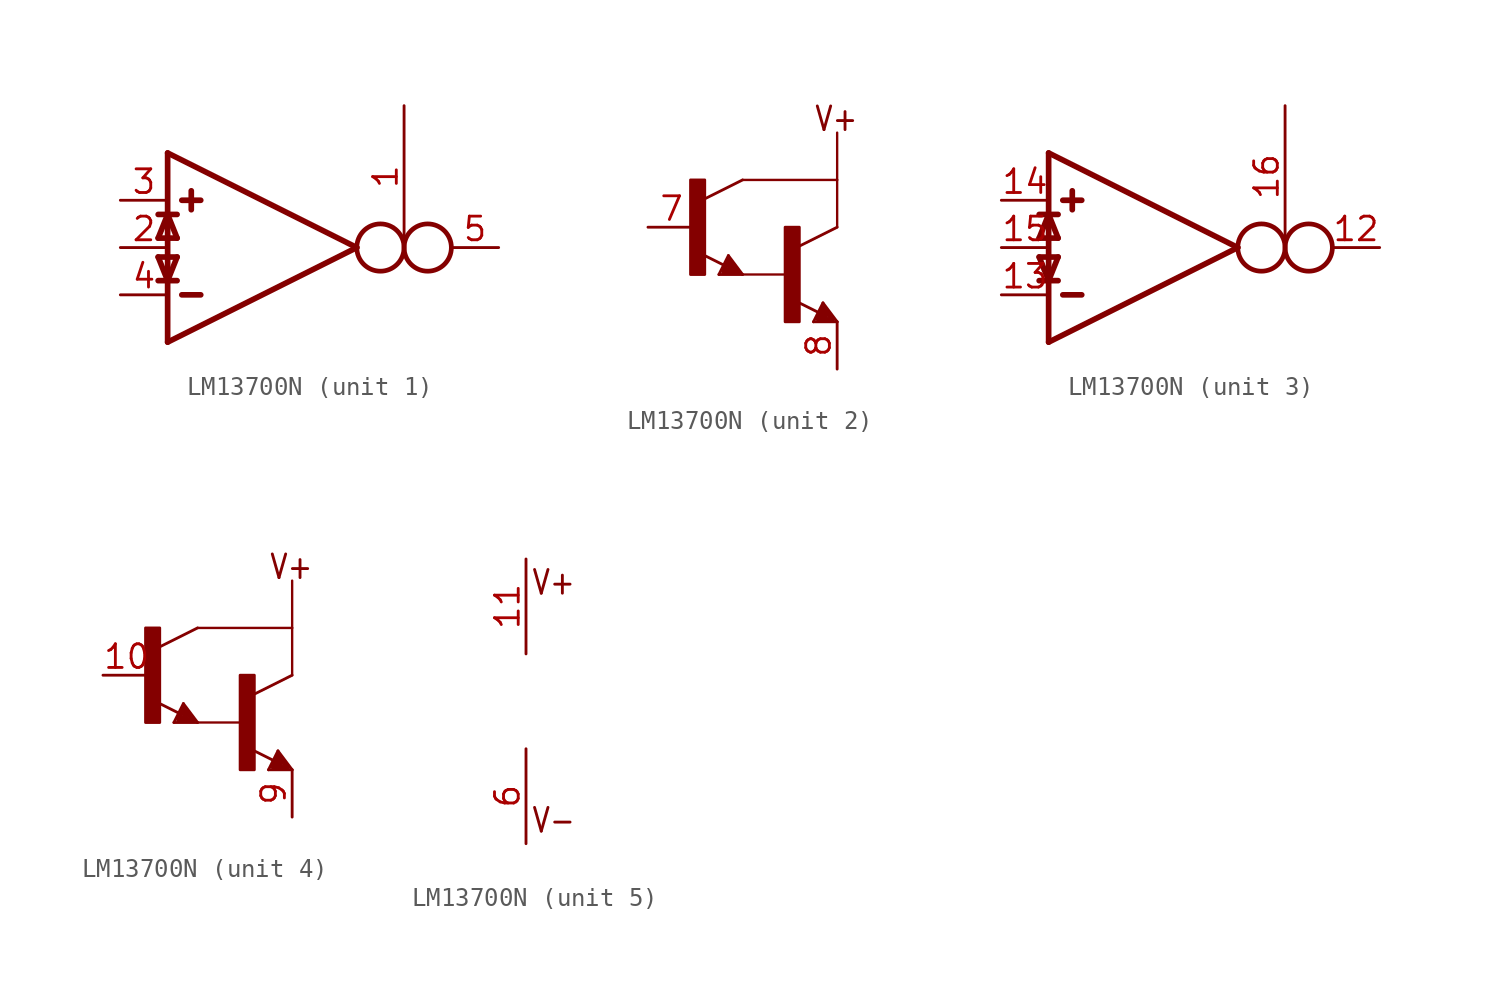
<source format=kicad_sym>
(kicad_symbol_lib
  (version 20211014)
  (generator kicad_symbol_editor)
  (symbol "LM13700N"
    (property "Reference" "IC"
      (at 5.08 2.54 0)
      (effects (font (size 1.778 1.511)) (justify left bottom) hide))
    (property "ki_locked" ""
      (at 0 0 0)
      (effects (font (size 1.27 1.27))))
    (symbol "LM13700N_1_0"
      (polyline (pts (xy -5.588 -0.508) (xy -5.08 -1.778)) (stroke (width 0.305) (type default) (color 0 0 0 0)) (fill (type none)))
      (polyline (pts (xy -5.588 0.508) (xy -4.572 0.508)) (stroke (width 0.305) (type default) (color 0 0 0 0)) (fill (type none)))
      (polyline (pts (xy -5.588 1.778) (xy -4.572 1.778)) (stroke (width 0.305) (type default) (color 0 0 0 0)) (fill (type none)))
      (polyline (pts (xy -5.08 -5.08) (xy 5.08 0)) (stroke (width 0.305) (type default) (color 0 0 0 0)) (fill (type none)))
      (polyline (pts (xy -5.08 -1.778) (xy -4.572 -0.508)) (stroke (width 0.305) (type default) (color 0 0 0 0)) (fill (type none)))
      (polyline (pts (xy -5.08 1.778) (xy -5.588 0.508)) (stroke (width 0.305) (type default) (color 0 0 0 0)) (fill (type none)))
      (polyline (pts (xy -5.08 5.08) (xy -5.08 -5.08)) (stroke (width 0.305) (type default) (color 0 0 0 0)) (fill (type none)))
      (polyline (pts (xy -4.572 -1.778) (xy -5.588 -1.778)) (stroke (width 0.305) (type default) (color 0 0 0 0)) (fill (type none)))
      (polyline (pts (xy -4.572 -0.508) (xy -5.588 -0.508)) (stroke (width 0.305) (type default) (color 0 0 0 0)) (fill (type none)))
      (polyline (pts (xy -4.572 0.508) (xy -5.08 1.778)) (stroke (width 0.305) (type default) (color 0 0 0 0)) (fill (type none)))
      (polyline (pts (xy -4.318 -2.54) (xy -3.302 -2.54)) (stroke (width 0.305) (type default) (color 0 0 0 0)) (fill (type none)))
      (polyline (pts (xy -4.318 2.54) (xy -3.302 2.54)) (stroke (width 0.305) (type default) (color 0 0 0 0)) (fill (type none)))
      (polyline (pts (xy -3.81 3.048) (xy -3.81 2.032)) (stroke (width 0.305) (type default) (color 0 0 0 0)) (fill (type none)))
      (polyline (pts (xy 5.08 0) (xy -5.08 5.08)) (stroke (width 0.305) (type default) (color 0 0 0 0)) (fill (type none)))
      (circle (center 6.35 0) (radius 1.27) (stroke (width 0.254) (type default) (color 0 0 0 0)) (fill (type none)))
      (circle (center 8.89 0) (radius 1.27) (stroke (width 0.254) (type default) (color 0 0 0 0)) (fill (type none)))
      (pin input line (at 7.62 7.62 270) (length 7.62) (name "I_BIAS" (effects (font (size 0 0)))) (number "1" (effects (font (size 1.27 1.27)))))
      (pin input line (at -7.62 0 0) (length 2.54) (name "I_DIODE" (effects (font (size 0 0)))) (number "2" (effects (font (size 1.27 1.27)))))
      (pin input line (at -7.62 2.54 0) (length 2.54) (name "IN_P" (effects (font (size 0 0)))) (number "3" (effects (font (size 1.27 1.27)))))
      (pin input line (at -7.62 -2.54 0) (length 2.54) (name "IN_N" (effects (font (size 0 0)))) (number "4" (effects (font (size 1.27 1.27)))))
      (pin output line (at 12.7 0 180) (length 2.54) (name "OUT" (effects (font (size 0 0)))) (number "5" (effects (font (size 1.27 1.27))))))
    (symbol "LM13700N_2_0"
      (rectangle (start -5.334 0) (end -4.572 5.08) (stroke (width 0) (type default) (color 0 0 0 0)) (fill (type outline)))
      (rectangle (start -0.254 -2.54) (end 0.508 2.54) (stroke (width 0) (type default) (color 0 0 0 0)) (fill (type outline)))
      (polyline (pts (xy -3.81 0) (xy -3.302 1.016)) (stroke (width 0.152) (type default) (color 0 0 0 0)) (fill (type none)))
      (polyline (pts (xy -3.556 0.127) (xy -2.794 0.127)) (stroke (width 0.254) (type default) (color 0 0 0 0)) (fill (type none)))
      (polyline (pts (xy -3.556 0.254) (xy -3.175 0.254)) (stroke (width 0.254) (type default) (color 0 0 0 0)) (fill (type none)))
      (polyline (pts (xy -3.54 0.5) (xy -4.772 1.116)) (stroke (width 0.152) (type default) (color 0 0 0 0)) (fill (type none)))
      (polyline (pts (xy -3.302 0.762) (xy -3.556 0.254)) (stroke (width 0.254) (type default) (color 0 0 0 0)) (fill (type none)))
      (polyline (pts (xy -3.302 1.016) (xy -2.54 0)) (stroke (width 0.152) (type default) (color 0 0 0 0)) (fill (type none)))
      (polyline (pts (xy -3.175 0.254) (xy -3.302 0.508)) (stroke (width 0.254) (type default) (color 0 0 0 0)) (fill (type none)))
      (polyline (pts (xy -2.794 0.127) (xy -3.302 0.762)) (stroke (width 0.254) (type default) (color 0 0 0 0)) (fill (type none)))
      (polyline (pts (xy -2.54 0) (xy -3.81 0)) (stroke (width 0.152) (type default) (color 0 0 0 0)) (fill (type none)))
      (polyline (pts (xy -2.54 5.08) (xy -4.572 4.064)) (stroke (width 0.152) (type default) (color 0 0 0 0)) (fill (type none)))
      (polyline (pts (xy -2.54 5.08) (xy 2.54 5.08)) (stroke (width 0.127) (type default) (color 0 0 0 0)) (fill (type none)))
      (polyline (pts (xy 0 0) (xy -2.54 0)) (stroke (width 0.127) (type default) (color 0 0 0 0)) (fill (type none)))
      (polyline (pts (xy 1.27 -2.54) (xy 1.778 -1.524)) (stroke (width 0.152) (type default) (color 0 0 0 0)) (fill (type none)))
      (polyline (pts (xy 1.524 -2.413) (xy 2.286 -2.413)) (stroke (width 0.254) (type default) (color 0 0 0 0)) (fill (type none)))
      (polyline (pts (xy 1.524 -2.286) (xy 1.905 -2.286)) (stroke (width 0.254) (type default) (color 0 0 0 0)) (fill (type none)))
      (polyline (pts (xy 1.54 -2.04) (xy 0.308 -1.424)) (stroke (width 0.152) (type default) (color 0 0 0 0)) (fill (type none)))
      (polyline (pts (xy 1.778 -1.778) (xy 1.524 -2.286)) (stroke (width 0.254) (type default) (color 0 0 0 0)) (fill (type none)))
      (polyline (pts (xy 1.778 -1.524) (xy 2.54 -2.54)) (stroke (width 0.152) (type default) (color 0 0 0 0)) (fill (type none)))
      (polyline (pts (xy 1.905 -2.286) (xy 1.778 -2.032)) (stroke (width 0.254) (type default) (color 0 0 0 0)) (fill (type none)))
      (polyline (pts (xy 2.286 -2.413) (xy 1.778 -1.778)) (stroke (width 0.254) (type default) (color 0 0 0 0)) (fill (type none)))
      (polyline (pts (xy 2.54 -2.54) (xy 1.27 -2.54)) (stroke (width 0.152) (type default) (color 0 0 0 0)) (fill (type none)))
      (polyline (pts (xy 2.54 2.54) (xy 0.508 1.524)) (stroke (width 0.152) (type default) (color 0 0 0 0)) (fill (type none)))
      (polyline (pts (xy 2.54 2.54) (xy 2.54 5.08)) (stroke (width 0.127) (type default) (color 0 0 0 0)) (fill (type none)))
      (polyline (pts (xy 2.54 5.08) (xy 2.54 7.62)) (stroke (width 0.127) (type default) (color 0 0 0 0)) (fill (type none)))
      (text "V+" (at 1.27 7.62 0) (effects (font (size 1.27 1.079)) (justify left bottom)))
      (pin passive line (at -7.62 2.54 0) (length 2.54) (name "B" (effects (font (size 0 0)))) (number "7" (effects (font (size 1.27 1.27)))))
      (pin passive line (at 2.54 -5.08 90) (length 2.54) (name "E" (effects (font (size 0 0)))) (number "8" (effects (font (size 1.27 1.27))))))
    (symbol "LM13700N_3_0"
      (polyline (pts (xy -5.588 -0.508) (xy -5.08 -1.778)) (stroke (width 0.305) (type default) (color 0 0 0 0)) (fill (type none)))
      (polyline (pts (xy -5.588 0.508) (xy -4.572 0.508)) (stroke (width 0.305) (type default) (color 0 0 0 0)) (fill (type none)))
      (polyline (pts (xy -5.588 1.778) (xy -4.572 1.778)) (stroke (width 0.305) (type default) (color 0 0 0 0)) (fill (type none)))
      (polyline (pts (xy -5.08 -5.08) (xy 5.08 0)) (stroke (width 0.305) (type default) (color 0 0 0 0)) (fill (type none)))
      (polyline (pts (xy -5.08 -1.778) (xy -4.572 -0.508)) (stroke (width 0.305) (type default) (color 0 0 0 0)) (fill (type none)))
      (polyline (pts (xy -5.08 1.778) (xy -5.588 0.508)) (stroke (width 0.305) (type default) (color 0 0 0 0)) (fill (type none)))
      (polyline (pts (xy -5.08 5.08) (xy -5.08 -5.08)) (stroke (width 0.305) (type default) (color 0 0 0 0)) (fill (type none)))
      (polyline (pts (xy -4.572 -1.778) (xy -5.588 -1.778)) (stroke (width 0.305) (type default) (color 0 0 0 0)) (fill (type none)))
      (polyline (pts (xy -4.572 -0.508) (xy -5.588 -0.508)) (stroke (width 0.305) (type default) (color 0 0 0 0)) (fill (type none)))
      (polyline (pts (xy -4.572 0.508) (xy -5.08 1.778)) (stroke (width 0.305) (type default) (color 0 0 0 0)) (fill (type none)))
      (polyline (pts (xy -4.318 -2.54) (xy -3.302 -2.54)) (stroke (width 0.305) (type default) (color 0 0 0 0)) (fill (type none)))
      (polyline (pts (xy -4.318 2.54) (xy -3.302 2.54)) (stroke (width 0.305) (type default) (color 0 0 0 0)) (fill (type none)))
      (polyline (pts (xy -3.81 3.048) (xy -3.81 2.032)) (stroke (width 0.305) (type default) (color 0 0 0 0)) (fill (type none)))
      (polyline (pts (xy 5.08 0) (xy -5.08 5.08)) (stroke (width 0.305) (type default) (color 0 0 0 0)) (fill (type none)))
      (circle (center 6.35 0) (radius 1.27) (stroke (width 0.254) (type default) (color 0 0 0 0)) (fill (type none)))
      (circle (center 8.89 0) (radius 1.27) (stroke (width 0.254) (type default) (color 0 0 0 0)) (fill (type none)))
      (pin output line (at 12.7 0 180) (length 2.54) (name "OUT" (effects (font (size 0 0)))) (number "12" (effects (font (size 1.27 1.27)))))
      (pin input line (at -7.62 -2.54 0) (length 2.54) (name "IN_N" (effects (font (size 0 0)))) (number "13" (effects (font (size 1.27 1.27)))))
      (pin input line (at -7.62 2.54 0) (length 2.54) (name "IN_P" (effects (font (size 0 0)))) (number "14" (effects (font (size 1.27 1.27)))))
      (pin input line (at -7.62 0 0) (length 2.54) (name "I_DIODE" (effects (font (size 0 0)))) (number "15" (effects (font (size 1.27 1.27)))))
      (pin input line (at 7.62 7.62 270) (length 7.62) (name "I_BIAS" (effects (font (size 0 0)))) (number "16" (effects (font (size 1.27 1.27))))))
    (symbol "LM13700N_4_0"
      (rectangle (start -5.334 0) (end -4.572 5.08) (stroke (width 0) (type default) (color 0 0 0 0)) (fill (type outline)))
      (rectangle (start -0.254 -2.54) (end 0.508 2.54) (stroke (width 0) (type default) (color 0 0 0 0)) (fill (type outline)))
      (polyline (pts (xy -3.81 0) (xy -3.302 1.016)) (stroke (width 0.152) (type default) (color 0 0 0 0)) (fill (type none)))
      (polyline (pts (xy -3.556 0.127) (xy -2.794 0.127)) (stroke (width 0.254) (type default) (color 0 0 0 0)) (fill (type none)))
      (polyline (pts (xy -3.556 0.254) (xy -3.175 0.254)) (stroke (width 0.254) (type default) (color 0 0 0 0)) (fill (type none)))
      (polyline (pts (xy -3.54 0.5) (xy -4.772 1.116)) (stroke (width 0.152) (type default) (color 0 0 0 0)) (fill (type none)))
      (polyline (pts (xy -3.302 0.762) (xy -3.556 0.254)) (stroke (width 0.254) (type default) (color 0 0 0 0)) (fill (type none)))
      (polyline (pts (xy -3.302 1.016) (xy -2.54 0)) (stroke (width 0.152) (type default) (color 0 0 0 0)) (fill (type none)))
      (polyline (pts (xy -3.175 0.254) (xy -3.302 0.508)) (stroke (width 0.254) (type default) (color 0 0 0 0)) (fill (type none)))
      (polyline (pts (xy -2.794 0.127) (xy -3.302 0.762)) (stroke (width 0.254) (type default) (color 0 0 0 0)) (fill (type none)))
      (polyline (pts (xy -2.54 0) (xy -3.81 0)) (stroke (width 0.152) (type default) (color 0 0 0 0)) (fill (type none)))
      (polyline (pts (xy -2.54 5.08) (xy -4.572 4.064)) (stroke (width 0.152) (type default) (color 0 0 0 0)) (fill (type none)))
      (polyline (pts (xy -2.54 5.08) (xy 2.54 5.08)) (stroke (width 0.127) (type default) (color 0 0 0 0)) (fill (type none)))
      (polyline (pts (xy 0 0) (xy -2.54 0)) (stroke (width 0.127) (type default) (color 0 0 0 0)) (fill (type none)))
      (polyline (pts (xy 1.27 -2.54) (xy 1.778 -1.524)) (stroke (width 0.152) (type default) (color 0 0 0 0)) (fill (type none)))
      (polyline (pts (xy 1.524 -2.413) (xy 2.286 -2.413)) (stroke (width 0.254) (type default) (color 0 0 0 0)) (fill (type none)))
      (polyline (pts (xy 1.524 -2.286) (xy 1.905 -2.286)) (stroke (width 0.254) (type default) (color 0 0 0 0)) (fill (type none)))
      (polyline (pts (xy 1.54 -2.04) (xy 0.308 -1.424)) (stroke (width 0.152) (type default) (color 0 0 0 0)) (fill (type none)))
      (polyline (pts (xy 1.778 -1.778) (xy 1.524 -2.286)) (stroke (width 0.254) (type default) (color 0 0 0 0)) (fill (type none)))
      (polyline (pts (xy 1.778 -1.524) (xy 2.54 -2.54)) (stroke (width 0.152) (type default) (color 0 0 0 0)) (fill (type none)))
      (polyline (pts (xy 1.905 -2.286) (xy 1.778 -2.032)) (stroke (width 0.254) (type default) (color 0 0 0 0)) (fill (type none)))
      (polyline (pts (xy 2.286 -2.413) (xy 1.778 -1.778)) (stroke (width 0.254) (type default) (color 0 0 0 0)) (fill (type none)))
      (polyline (pts (xy 2.54 -2.54) (xy 1.27 -2.54)) (stroke (width 0.152) (type default) (color 0 0 0 0)) (fill (type none)))
      (polyline (pts (xy 2.54 2.54) (xy 0.508 1.524)) (stroke (width 0.152) (type default) (color 0 0 0 0)) (fill (type none)))
      (polyline (pts (xy 2.54 2.54) (xy 2.54 5.08)) (stroke (width 0.127) (type default) (color 0 0 0 0)) (fill (type none)))
      (polyline (pts (xy 2.54 5.08) (xy 2.54 7.62)) (stroke (width 0.127) (type default) (color 0 0 0 0)) (fill (type none)))
      (text "V+" (at 1.27 7.62 0) (effects (font (size 1.27 1.079)) (justify left bottom)))
      (pin passive line (at -7.62 2.54 0) (length 2.54) (name "B" (effects (font (size 0 0)))) (number "10" (effects (font (size 1.27 1.27)))))
      (pin passive line (at 2.54 -5.08 90) (length 2.54) (name "E" (effects (font (size 0 0)))) (number "9" (effects (font (size 1.27 1.27))))))
    (symbol "LM13700N_5_0"
      (text "V+" (at 0.254 7.112 0) (effects (font (size 1.27 1.079)) (justify left top)))
      (text "V-" (at 0.254 -7.112 0) (effects (font (size 1.27 1.079)) (justify left bottom)))
      (pin power_in line (at 0 7.62 270) (length 5.08) (name "V+" (effects (font (size 0 0)))) (number "11" (effects (font (size 1.27 1.27)))))
      (pin power_in line (at 0 -7.62 90) (length 5.08) (name "V-" (effects (font (size 0 0)))) (number "6" (effects (font (size 1.27 1.27))))))))
</source>
